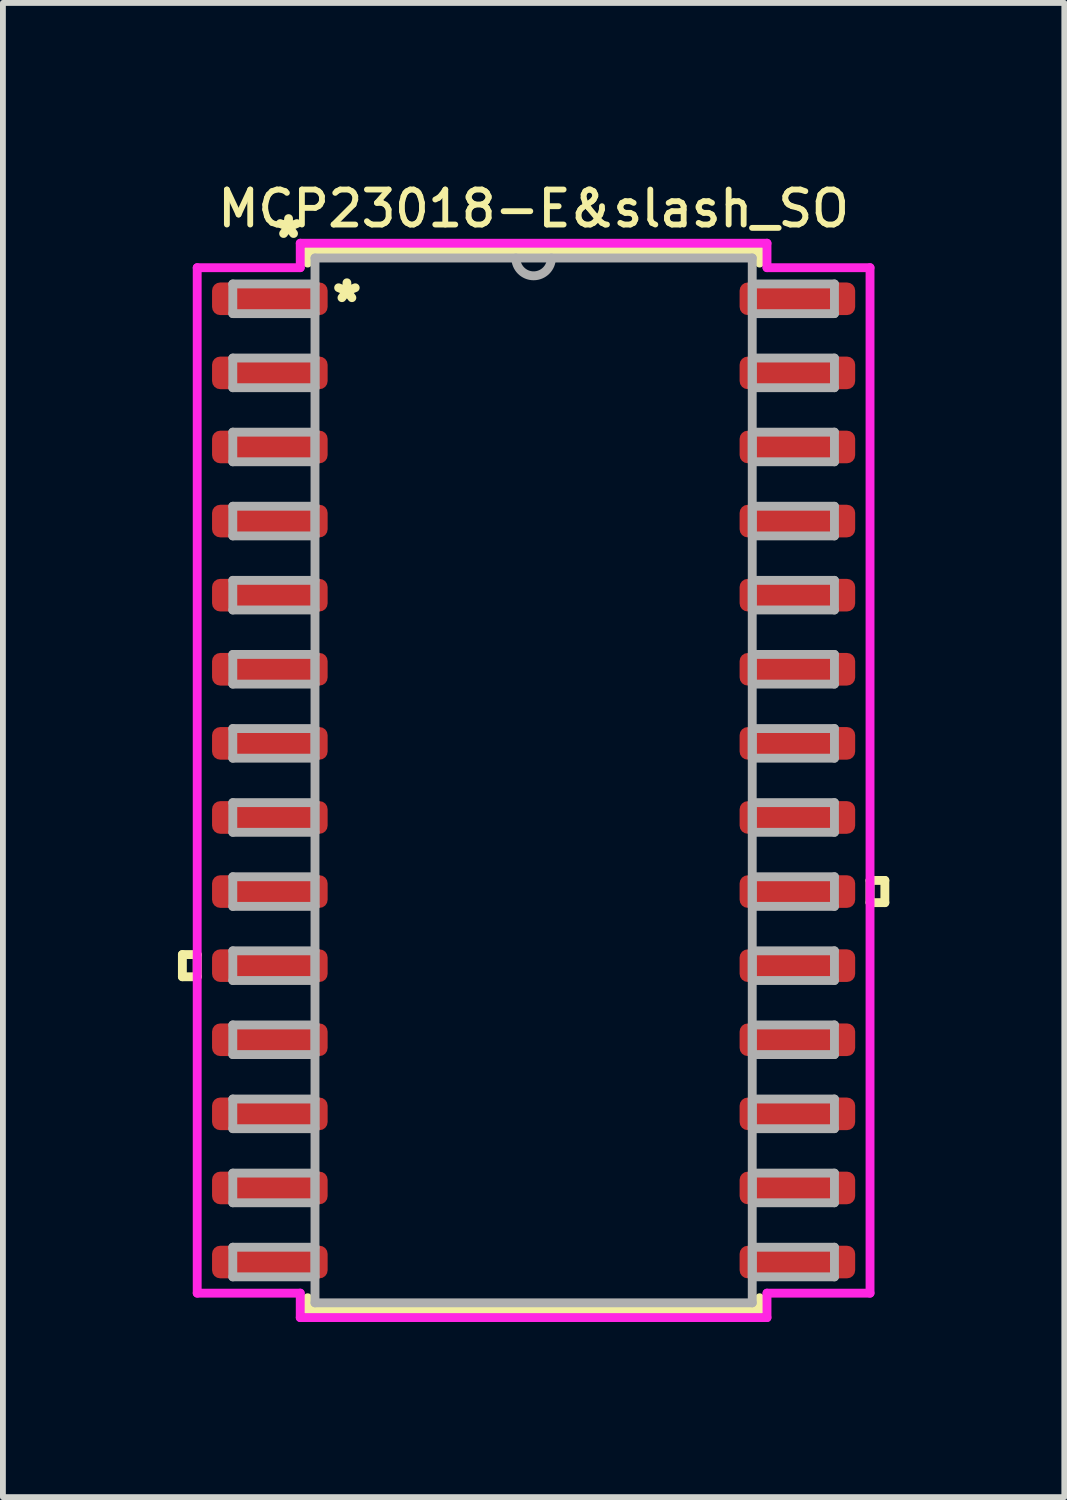
<source format=kicad_pcb>
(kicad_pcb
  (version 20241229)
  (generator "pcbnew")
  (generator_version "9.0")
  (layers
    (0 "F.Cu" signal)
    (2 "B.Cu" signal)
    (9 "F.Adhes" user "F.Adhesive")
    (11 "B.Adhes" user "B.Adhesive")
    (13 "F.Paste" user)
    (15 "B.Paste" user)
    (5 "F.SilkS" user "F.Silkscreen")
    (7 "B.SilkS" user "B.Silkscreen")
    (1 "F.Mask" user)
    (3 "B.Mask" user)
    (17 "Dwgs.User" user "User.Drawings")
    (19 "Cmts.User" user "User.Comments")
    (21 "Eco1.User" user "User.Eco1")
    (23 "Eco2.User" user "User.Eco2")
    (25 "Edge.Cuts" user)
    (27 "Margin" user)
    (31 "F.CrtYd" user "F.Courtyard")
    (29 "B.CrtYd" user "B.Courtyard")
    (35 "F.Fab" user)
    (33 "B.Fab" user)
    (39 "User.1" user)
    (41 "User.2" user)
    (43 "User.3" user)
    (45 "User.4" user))
  (footprint "MCP23018-E&slash_SO"
    (layer "F.Cu")
    (at 6.096 10.326)
    (property "Reference" "MCP23018-E&slash_SO" (at 0 -9.8 0) (layer "F.SilkS") (effects (font (size 0.6 0.6) (thickness 0.1))))
    (attr smd)
    (fp_line (start -6.02 2.985) (end -6.02 3.365) (stroke (width 0.152) (type solid)) (layer "F.SilkS"))
    (fp_line (start -6.02 3.365) (end -5.766 3.365) (stroke (width 0.152) (type solid)) (layer "F.SilkS"))
    (fp_line (start -5.766 2.985) (end -6.02 2.985) (stroke (width 0.152) (type solid)) (layer "F.SilkS"))
    (fp_line (start -5.766 3.365) (end -5.766 2.985) (stroke (width 0.152) (type solid)) (layer "F.SilkS"))
    (fp_line (start -3.873 -9.081) (end -3.873 -8.867) (stroke (width 0.152) (type solid)) (layer "F.SilkS"))
    (fp_line (start -3.873 8.867) (end -3.873 9.081) (stroke (width 0.152) (type solid)) (layer "F.SilkS"))
    (fp_line (start -3.873 9.081) (end 3.873 9.081) (stroke (width 0.152) (type solid)) (layer "F.SilkS"))
    (fp_line (start 3.873 -9.081) (end -3.873 -9.081) (stroke (width 0.152) (type solid)) (layer "F.SilkS"))
    (fp_line (start 3.873 -8.867) (end 3.873 -9.081) (stroke (width 0.152) (type solid)) (layer "F.SilkS"))
    (fp_line (start 3.873 9.081) (end 3.873 8.867) (stroke (width 0.152) (type solid)) (layer "F.SilkS"))
    (fp_line (start 5.766 1.714) (end 6.02 1.714) (stroke (width 0.152) (type solid)) (layer "F.SilkS"))
    (fp_line (start 5.766 2.095) (end 5.766 1.714) (stroke (width 0.152) (type solid)) (layer "F.SilkS"))
    (fp_line (start 6.02 1.714) (end 6.02 2.095) (stroke (width 0.152) (type solid)) (layer "F.SilkS"))
    (fp_line (start 6.02 2.095) (end 5.766 2.095) (stroke (width 0.152) (type solid)) (layer "F.SilkS"))
    (fp_line (start -5.766 -8.788) (end -4 -8.788) (stroke (width 0.152) (type solid)) (layer "F.CrtYd"))
    (fp_line (start -5.766 8.788) (end -5.766 -8.788) (stroke (width 0.152) (type solid)) (layer "F.CrtYd"))
    (fp_line (start -4 -9.207) (end 4 -9.207) (stroke (width 0.152) (type solid)) (layer "F.CrtYd"))
    (fp_line (start -4 -8.788) (end -4 -9.207) (stroke (width 0.152) (type solid)) (layer "F.CrtYd"))
    (fp_line (start -4 8.788) (end -5.766 8.788) (stroke (width 0.152) (type solid)) (layer "F.CrtYd"))
    (fp_line (start -4 9.207) (end -4 8.788) (stroke (width 0.152) (type solid)) (layer "F.CrtYd"))
    (fp_line (start 4 -9.207) (end 4 -8.788) (stroke (width 0.152) (type solid)) (layer "F.CrtYd"))
    (fp_line (start 4 -8.788) (end 5.766 -8.788) (stroke (width 0.152) (type solid)) (layer "F.CrtYd"))
    (fp_line (start 4 8.788) (end 4 9.207) (stroke (width 0.152) (type solid)) (layer "F.CrtYd"))
    (fp_line (start 4 9.207) (end -4 9.207) (stroke (width 0.152) (type solid)) (layer "F.CrtYd"))
    (fp_line (start 5.766 -8.788) (end 5.766 8.788) (stroke (width 0.152) (type solid)) (layer "F.CrtYd"))
    (fp_line (start 5.766 8.788) (end 4 8.788) (stroke (width 0.152) (type solid)) (layer "F.CrtYd"))
    (fp_line (start -5.156 -8.509) (end -5.156 -8.001) (stroke (width 0.152) (type solid)) (layer "F.Fab"))
    (fp_line (start -5.156 -8.001) (end -3.747 -8.001) (stroke (width 0.152) (type solid)) (layer "F.Fab"))
    (fp_line (start -5.156 -7.239) (end -5.156 -6.731) (stroke (width 0.152) (type solid)) (layer "F.Fab"))
    (fp_line (start -5.156 -6.731) (end -3.747 -6.731) (stroke (width 0.152) (type solid)) (layer "F.Fab"))
    (fp_line (start -5.156 -5.969) (end -5.156 -5.461) (stroke (width 0.152) (type solid)) (layer "F.Fab"))
    (fp_line (start -5.156 -5.461) (end -3.747 -5.461) (stroke (width 0.152) (type solid)) (layer "F.Fab"))
    (fp_line (start -5.156 -4.699) (end -5.156 -4.191) (stroke (width 0.152) (type solid)) (layer "F.Fab"))
    (fp_line (start -5.156 -4.191) (end -3.747 -4.191) (stroke (width 0.152) (type solid)) (layer "F.Fab"))
    (fp_line (start -5.156 -3.429) (end -5.156 -2.921) (stroke (width 0.152) (type solid)) (layer "F.Fab"))
    (fp_line (start -5.156 -2.921) (end -3.747 -2.921) (stroke (width 0.152) (type solid)) (layer "F.Fab"))
    (fp_line (start -5.156 -2.159) (end -5.156 -1.651) (stroke (width 0.152) (type solid)) (layer "F.Fab"))
    (fp_line (start -5.156 -1.651) (end -3.747 -1.651) (stroke (width 0.152) (type solid)) (layer "F.Fab"))
    (fp_line (start -5.156 -0.889) (end -5.156 -0.381) (stroke (width 0.152) (type solid)) (layer "F.Fab"))
    (fp_line (start -5.156 -0.381) (end -3.747 -0.381) (stroke (width 0.152) (type solid)) (layer "F.Fab"))
    (fp_line (start -5.156 0.381) (end -5.156 0.889) (stroke (width 0.152) (type solid)) (layer "F.Fab"))
    (fp_line (start -5.156 0.889) (end -3.747 0.889) (stroke (width 0.152) (type solid)) (layer "F.Fab"))
    (fp_line (start -5.156 1.651) (end -5.156 2.159) (stroke (width 0.152) (type solid)) (layer "F.Fab"))
    (fp_line (start -5.156 2.159) (end -3.747 2.159) (stroke (width 0.152) (type solid)) (layer "F.Fab"))
    (fp_line (start -5.156 2.921) (end -5.156 3.429) (stroke (width 0.152) (type solid)) (layer "F.Fab"))
    (fp_line (start -5.156 3.429) (end -3.747 3.429) (stroke (width 0.152) (type solid)) (layer "F.Fab"))
    (fp_line (start -5.156 4.191) (end -5.156 4.699) (stroke (width 0.152) (type solid)) (layer "F.Fab"))
    (fp_line (start -5.156 4.699) (end -3.747 4.699) (stroke (width 0.152) (type solid)) (layer "F.Fab"))
    (fp_line (start -5.156 5.461) (end -5.156 5.969) (stroke (width 0.152) (type solid)) (layer "F.Fab"))
    (fp_line (start -5.156 5.969) (end -3.747 5.969) (stroke (width 0.152) (type solid)) (layer "F.Fab"))
    (fp_line (start -5.156 6.731) (end -5.156 7.239) (stroke (width 0.152) (type solid)) (layer "F.Fab"))
    (fp_line (start -5.156 7.239) (end -3.747 7.239) (stroke (width 0.152) (type solid)) (layer "F.Fab"))
    (fp_line (start -5.156 8.001) (end -5.156 8.509) (stroke (width 0.152) (type solid)) (layer "F.Fab"))
    (fp_line (start -5.156 8.509) (end -3.747 8.509) (stroke (width 0.152) (type solid)) (layer "F.Fab"))
    (fp_line (start -3.747 -8.954) (end -3.747 8.954) (stroke (width 0.152) (type solid)) (layer "F.Fab"))
    (fp_line (start -3.747 -8.509) (end -5.156 -8.509) (stroke (width 0.152) (type solid)) (layer "F.Fab"))
    (fp_line (start -3.747 -8.001) (end -3.747 -8.509) (stroke (width 0.152) (type solid)) (layer "F.Fab"))
    (fp_line (start -3.747 -7.239) (end -5.156 -7.239) (stroke (width 0.152) (type solid)) (layer "F.Fab"))
    (fp_line (start -3.747 -6.731) (end -3.747 -7.239) (stroke (width 0.152) (type solid)) (layer "F.Fab"))
    (fp_line (start -3.747 -5.969) (end -5.156 -5.969) (stroke (width 0.152) (type solid)) (layer "F.Fab"))
    (fp_line (start -3.747 -5.461) (end -3.747 -5.969) (stroke (width 0.152) (type solid)) (layer "F.Fab"))
    (fp_line (start -3.747 -4.699) (end -5.156 -4.699) (stroke (width 0.152) (type solid)) (layer "F.Fab"))
    (fp_line (start -3.747 -4.191) (end -3.747 -4.699) (stroke (width 0.152) (type solid)) (layer "F.Fab"))
    (fp_line (start -3.747 -3.429) (end -5.156 -3.429) (stroke (width 0.152) (type solid)) (layer "F.Fab"))
    (fp_line (start -3.747 -2.921) (end -3.747 -3.429) (stroke (width 0.152) (type solid)) (layer "F.Fab"))
    (fp_line (start -3.747 -2.159) (end -5.156 -2.159) (stroke (width 0.152) (type solid)) (layer "F.Fab"))
    (fp_line (start -3.747 -1.651) (end -3.747 -2.159) (stroke (width 0.152) (type solid)) (layer "F.Fab"))
    (fp_line (start -3.747 -0.889) (end -5.156 -0.889) (stroke (width 0.152) (type solid)) (layer "F.Fab"))
    (fp_line (start -3.747 -0.381) (end -3.747 -0.889) (stroke (width 0.152) (type solid)) (layer "F.Fab"))
    (fp_line (start -3.747 0.381) (end -5.156 0.381) (stroke (width 0.152) (type solid)) (layer "F.Fab"))
    (fp_line (start -3.747 0.889) (end -3.747 0.381) (stroke (width 0.152) (type solid)) (layer "F.Fab"))
    (fp_line (start -3.747 1.651) (end -5.156 1.651) (stroke (width 0.152) (type solid)) (layer "F.Fab"))
    (fp_line (start -3.747 2.159) (end -3.747 1.651) (stroke (width 0.152) (type solid)) (layer "F.Fab"))
    (fp_line (start -3.747 2.921) (end -5.156 2.921) (stroke (width 0.152) (type solid)) (layer "F.Fab"))
    (fp_line (start -3.747 3.429) (end -3.747 2.921) (stroke (width 0.152) (type solid)) (layer "F.Fab"))
    (fp_line (start -3.747 4.191) (end -5.156 4.191) (stroke (width 0.152) (type solid)) (layer "F.Fab"))
    (fp_line (start -3.747 4.699) (end -3.747 4.191) (stroke (width 0.152) (type solid)) (layer "F.Fab"))
    (fp_line (start -3.747 5.461) (end -5.156 5.461) (stroke (width 0.152) (type solid)) (layer "F.Fab"))
    (fp_line (start -3.747 5.969) (end -3.747 5.461) (stroke (width 0.152) (type solid)) (layer "F.Fab"))
    (fp_line (start -3.747 6.731) (end -5.156 6.731) (stroke (width 0.152) (type solid)) (layer "F.Fab"))
    (fp_line (start -3.747 7.239) (end -3.747 6.731) (stroke (width 0.152) (type solid)) (layer "F.Fab"))
    (fp_line (start -3.747 8.001) (end -5.156 8.001) (stroke (width 0.152) (type solid)) (layer "F.Fab"))
    (fp_line (start -3.747 8.509) (end -3.747 8.001) (stroke (width 0.152) (type solid)) (layer "F.Fab"))
    (fp_line (start -3.747 8.954) (end 3.747 8.954) (stroke (width 0.152) (type solid)) (layer "F.Fab"))
    (fp_line (start 3.747 -8.954) (end -3.747 -8.954) (stroke (width 0.152) (type solid)) (layer "F.Fab"))
    (fp_line (start 3.747 -8.509) (end 3.747 -8.001) (stroke (width 0.152) (type solid)) (layer "F.Fab"))
    (fp_line (start 3.747 -8.001) (end 5.156 -8.001) (stroke (width 0.152) (type solid)) (layer "F.Fab"))
    (fp_line (start 3.747 -7.239) (end 3.747 -6.731) (stroke (width 0.152) (type solid)) (layer "F.Fab"))
    (fp_line (start 3.747 -6.731) (end 5.156 -6.731) (stroke (width 0.152) (type solid)) (layer "F.Fab"))
    (fp_line (start 3.747 -5.969) (end 3.747 -5.461) (stroke (width 0.152) (type solid)) (layer "F.Fab"))
    (fp_line (start 3.747 -5.461) (end 5.156 -5.461) (stroke (width 0.152) (type solid)) (layer "F.Fab"))
    (fp_line (start 3.747 -4.699) (end 3.747 -4.191) (stroke (width 0.152) (type solid)) (layer "F.Fab"))
    (fp_line (start 3.747 -4.191) (end 5.156 -4.191) (stroke (width 0.152) (type solid)) (layer "F.Fab"))
    (fp_line (start 3.747 -3.429) (end 3.747 -2.921) (stroke (width 0.152) (type solid)) (layer "F.Fab"))
    (fp_line (start 3.747 -2.921) (end 5.156 -2.921) (stroke (width 0.152) (type solid)) (layer "F.Fab"))
    (fp_line (start 3.747 -2.159) (end 3.747 -1.651) (stroke (width 0.152) (type solid)) (layer "F.Fab"))
    (fp_line (start 3.747 -1.651) (end 5.156 -1.651) (stroke (width 0.152) (type solid)) (layer "F.Fab"))
    (fp_line (start 3.747 -0.889) (end 3.747 -0.381) (stroke (width 0.152) (type solid)) (layer "F.Fab"))
    (fp_line (start 3.747 -0.381) (end 5.156 -0.381) (stroke (width 0.152) (type solid)) (layer "F.Fab"))
    (fp_line (start 3.747 0.381) (end 3.747 0.889) (stroke (width 0.152) (type solid)) (layer "F.Fab"))
    (fp_line (start 3.747 0.889) (end 5.156 0.889) (stroke (width 0.152) (type solid)) (layer "F.Fab"))
    (fp_line (start 3.747 1.651) (end 3.747 2.159) (stroke (width 0.152) (type solid)) (layer "F.Fab"))
    (fp_line (start 3.747 2.159) (end 5.156 2.159) (stroke (width 0.152) (type solid)) (layer "F.Fab"))
    (fp_line (start 3.747 2.921) (end 3.747 3.429) (stroke (width 0.152) (type solid)) (layer "F.Fab"))
    (fp_line (start 3.747 3.429) (end 5.156 3.429) (stroke (width 0.152) (type solid)) (layer "F.Fab"))
    (fp_line (start 3.747 4.191) (end 3.747 4.699) (stroke (width 0.152) (type solid)) (layer "F.Fab"))
    (fp_line (start 3.747 4.699) (end 5.156 4.699) (stroke (width 0.152) (type solid)) (layer "F.Fab"))
    (fp_line (start 3.747 5.461) (end 3.747 5.969) (stroke (width 0.152) (type solid)) (layer "F.Fab"))
    (fp_line (start 3.747 5.969) (end 5.156 5.969) (stroke (width 0.152) (type solid)) (layer "F.Fab"))
    (fp_line (start 3.747 6.731) (end 3.747 7.239) (stroke (width 0.152) (type solid)) (layer "F.Fab"))
    (fp_line (start 3.747 7.239) (end 5.156 7.239) (stroke (width 0.152) (type solid)) (layer "F.Fab"))
    (fp_line (start 3.747 8.001) (end 3.747 8.509) (stroke (width 0.152) (type solid)) (layer "F.Fab"))
    (fp_line (start 3.747 8.509) (end 5.156 8.509) (stroke (width 0.152) (type solid)) (layer "F.Fab"))
    (fp_line (start 3.747 8.954) (end 3.747 -8.954) (stroke (width 0.152) (type solid)) (layer "F.Fab"))
    (fp_line (start 5.156 -8.509) (end 3.747 -8.509) (stroke (width 0.152) (type solid)) (layer "F.Fab"))
    (fp_line (start 5.156 -8.001) (end 5.156 -8.509) (stroke (width 0.152) (type solid)) (layer "F.Fab"))
    (fp_line (start 5.156 -7.239) (end 3.747 -7.239) (stroke (width 0.152) (type solid)) (layer "F.Fab"))
    (fp_line (start 5.156 -6.731) (end 5.156 -7.239) (stroke (width 0.152) (type solid)) (layer "F.Fab"))
    (fp_line (start 5.156 -5.969) (end 3.747 -5.969) (stroke (width 0.152) (type solid)) (layer "F.Fab"))
    (fp_line (start 5.156 -5.461) (end 5.156 -5.969) (stroke (width 0.152) (type solid)) (layer "F.Fab"))
    (fp_line (start 5.156 -4.699) (end 3.747 -4.699) (stroke (width 0.152) (type solid)) (layer "F.Fab"))
    (fp_line (start 5.156 -4.191) (end 5.156 -4.699) (stroke (width 0.152) (type solid)) (layer "F.Fab"))
    (fp_line (start 5.156 -3.429) (end 3.747 -3.429) (stroke (width 0.152) (type solid)) (layer "F.Fab"))
    (fp_line (start 5.156 -2.921) (end 5.156 -3.429) (stroke (width 0.152) (type solid)) (layer "F.Fab"))
    (fp_line (start 5.156 -2.159) (end 3.747 -2.159) (stroke (width 0.152) (type solid)) (layer "F.Fab"))
    (fp_line (start 5.156 -1.651) (end 5.156 -2.159) (stroke (width 0.152) (type solid)) (layer "F.Fab"))
    (fp_line (start 5.156 -0.889) (end 3.747 -0.889) (stroke (width 0.152) (type solid)) (layer "F.Fab"))
    (fp_line (start 5.156 -0.381) (end 5.156 -0.889) (stroke (width 0.152) (type solid)) (layer "F.Fab"))
    (fp_line (start 5.156 0.381) (end 3.747 0.381) (stroke (width 0.152) (type solid)) (layer "F.Fab"))
    (fp_line (start 5.156 0.889) (end 5.156 0.381) (stroke (width 0.152) (type solid)) (layer "F.Fab"))
    (fp_line (start 5.156 1.651) (end 3.747 1.651) (stroke (width 0.152) (type solid)) (layer "F.Fab"))
    (fp_line (start 5.156 2.159) (end 5.156 1.651) (stroke (width 0.152) (type solid)) (layer "F.Fab"))
    (fp_line (start 5.156 2.921) (end 3.747 2.921) (stroke (width 0.152) (type solid)) (layer "F.Fab"))
    (fp_line (start 5.156 3.429) (end 5.156 2.921) (stroke (width 0.152) (type solid)) (layer "F.Fab"))
    (fp_line (start 5.156 4.191) (end 3.747 4.191) (stroke (width 0.152) (type solid)) (layer "F.Fab"))
    (fp_line (start 5.156 4.699) (end 5.156 4.191) (stroke (width 0.152) (type solid)) (layer "F.Fab"))
    (fp_line (start 5.156 5.461) (end 3.747 5.461) (stroke (width 0.152) (type solid)) (layer "F.Fab"))
    (fp_line (start 5.156 5.969) (end 5.156 5.461) (stroke (width 0.152) (type solid)) (layer "F.Fab"))
    (fp_line (start 5.156 6.731) (end 3.747 6.731) (stroke (width 0.152) (type solid)) (layer "F.Fab"))
    (fp_line (start 5.156 7.239) (end 5.156 6.731) (stroke (width 0.152) (type solid)) (layer "F.Fab"))
    (fp_line (start 5.156 8.001) (end 3.747 8.001) (stroke (width 0.152) (type solid)) (layer "F.Fab"))
    (fp_line (start 5.156 8.509) (end 5.156 8.001) (stroke (width 0.152) (type solid)) (layer "F.Fab"))
    (fp_arc (start 0.3048 -8.9535) (mid 0 -8.6487) (end -0.3048 -8.9535) (stroke (width 0.1524) (type solid)) (layer "F.Fab"))
    (fp_text user "*" (at -3.2 -8.2 0) (layer "F.SilkS") (effects (font (size 0.6 0.6) (thickness 0.15))))
    (fp_text user "*" (at -4.2 -9.3 0) (layer "F.SilkS") (effects (font (size 0.6 0.6) (thickness 0.15))))
    (pad "1" smd roundrect (at -4.521 -8.255) (size 1.981 0.559) (layers "F.Cu" "F.Mask" "F.Paste") (roundrect_rratio 0.25))
    (pad "2" smd roundrect (at -4.521 -6.985) (size 1.981 0.559) (layers "F.Cu" "F.Mask" "F.Paste") (roundrect_rratio 0.25))
    (pad "3" smd roundrect (at -4.521 -5.715) (size 1.981 0.559) (layers "F.Cu" "F.Mask" "F.Paste") (roundrect_rratio 0.25))
    (pad "4" smd roundrect (at -4.521 -4.445) (size 1.981 0.559) (layers "F.Cu" "F.Mask" "F.Paste") (roundrect_rratio 0.25))
    (pad "5" smd roundrect (at -4.521 -3.175) (size 1.981 0.559) (layers "F.Cu" "F.Mask" "F.Paste") (roundrect_rratio 0.25))
    (pad "6" smd roundrect (at -4.521 -1.905) (size 1.981 0.559) (layers "F.Cu" "F.Mask" "F.Paste") (roundrect_rratio 0.25))
    (pad "7" smd roundrect (at -4.521 -0.635) (size 1.981 0.559) (layers "F.Cu" "F.Mask" "F.Paste") (roundrect_rratio 0.25))
    (pad "8" smd roundrect (at -4.521 0.635) (size 1.981 0.559) (layers "F.Cu" "F.Mask" "F.Paste") (roundrect_rratio 0.25))
    (pad "9" smd roundrect (at -4.521 1.905) (size 1.981 0.559) (layers "F.Cu" "F.Mask" "F.Paste") (roundrect_rratio 0.25))
    (pad "10" smd roundrect (at -4.521 3.175) (size 1.981 0.559) (layers "F.Cu" "F.Mask" "F.Paste") (roundrect_rratio 0.25))
    (pad "11" smd roundrect (at -4.521 4.445) (size 1.981 0.559) (layers "F.Cu" "F.Mask" "F.Paste") (roundrect_rratio 0.25))
    (pad "12" smd roundrect (at -4.521 5.715) (size 1.981 0.559) (layers "F.Cu" "F.Mask" "F.Paste") (roundrect_rratio 0.25))
    (pad "13" smd roundrect (at -4.521 6.985) (size 1.981 0.559) (layers "F.Cu" "F.Mask" "F.Paste") (roundrect_rratio 0.25))
    (pad "14" smd roundrect (at -4.521 8.255) (size 1.981 0.559) (layers "F.Cu" "F.Mask" "F.Paste") (roundrect_rratio 0.25))
    (pad "15" smd roundrect (at 4.521 8.255) (size 1.981 0.559) (layers "F.Cu" "F.Mask" "F.Paste") (roundrect_rratio 0.25))
    (pad "16" smd roundrect (at 4.521 6.985) (size 1.981 0.559) (layers "F.Cu" "F.Mask" "F.Paste") (roundrect_rratio 0.25))
    (pad "17" smd roundrect (at 4.521 5.715) (size 1.981 0.559) (layers "F.Cu" "F.Mask" "F.Paste") (roundrect_rratio 0.25))
    (pad "18" smd roundrect (at 4.521 4.445) (size 1.981 0.559) (layers "F.Cu" "F.Mask" "F.Paste") (roundrect_rratio 0.25))
    (pad "19" smd roundrect (at 4.521 3.175) (size 1.981 0.559) (layers "F.Cu" "F.Mask" "F.Paste") (roundrect_rratio 0.25))
    (pad "20" smd roundrect (at 4.521 1.905) (size 1.981 0.559) (layers "F.Cu" "F.Mask" "F.Paste") (roundrect_rratio 0.25))
    (pad "21" smd roundrect (at 4.521 0.635) (size 1.981 0.559) (layers "F.Cu" "F.Mask" "F.Paste") (roundrect_rratio 0.25))
    (pad "22" smd roundrect (at 4.521 -0.635) (size 1.981 0.559) (layers "F.Cu" "F.Mask" "F.Paste") (roundrect_rratio 0.25))
    (pad "23" smd roundrect (at 4.521 -1.905) (size 1.981 0.559) (layers "F.Cu" "F.Mask" "F.Paste") (roundrect_rratio 0.25))
    (pad "24" smd roundrect (at 4.521 -3.175) (size 1.981 0.559) (layers "F.Cu" "F.Mask" "F.Paste") (roundrect_rratio 0.25))
    (pad "25" smd roundrect (at 4.521 -4.445) (size 1.981 0.559) (layers "F.Cu" "F.Mask" "F.Paste") (roundrect_rratio 0.25))
    (pad "26" smd roundrect (at 4.521 -5.715) (size 1.981 0.559) (layers "F.Cu" "F.Mask" "F.Paste") (roundrect_rratio 0.25))
    (pad "27" smd roundrect (at 4.521 -6.985) (size 1.981 0.559) (layers "F.Cu" "F.Mask" "F.Paste") (roundrect_rratio 0.25))
    (pad "28" smd roundrect (at 4.521 -8.255) (size 1.981 0.559) (layers "F.Cu" "F.Mask" "F.Paste") (roundrect_rratio 0.25)))
  (gr_rect
    (start -3 -3)
    (end 15.192 22.61)
    (stroke (width 0.1) (type default))
    (fill no)
    (layer "Edge.Cuts")))
</source>
